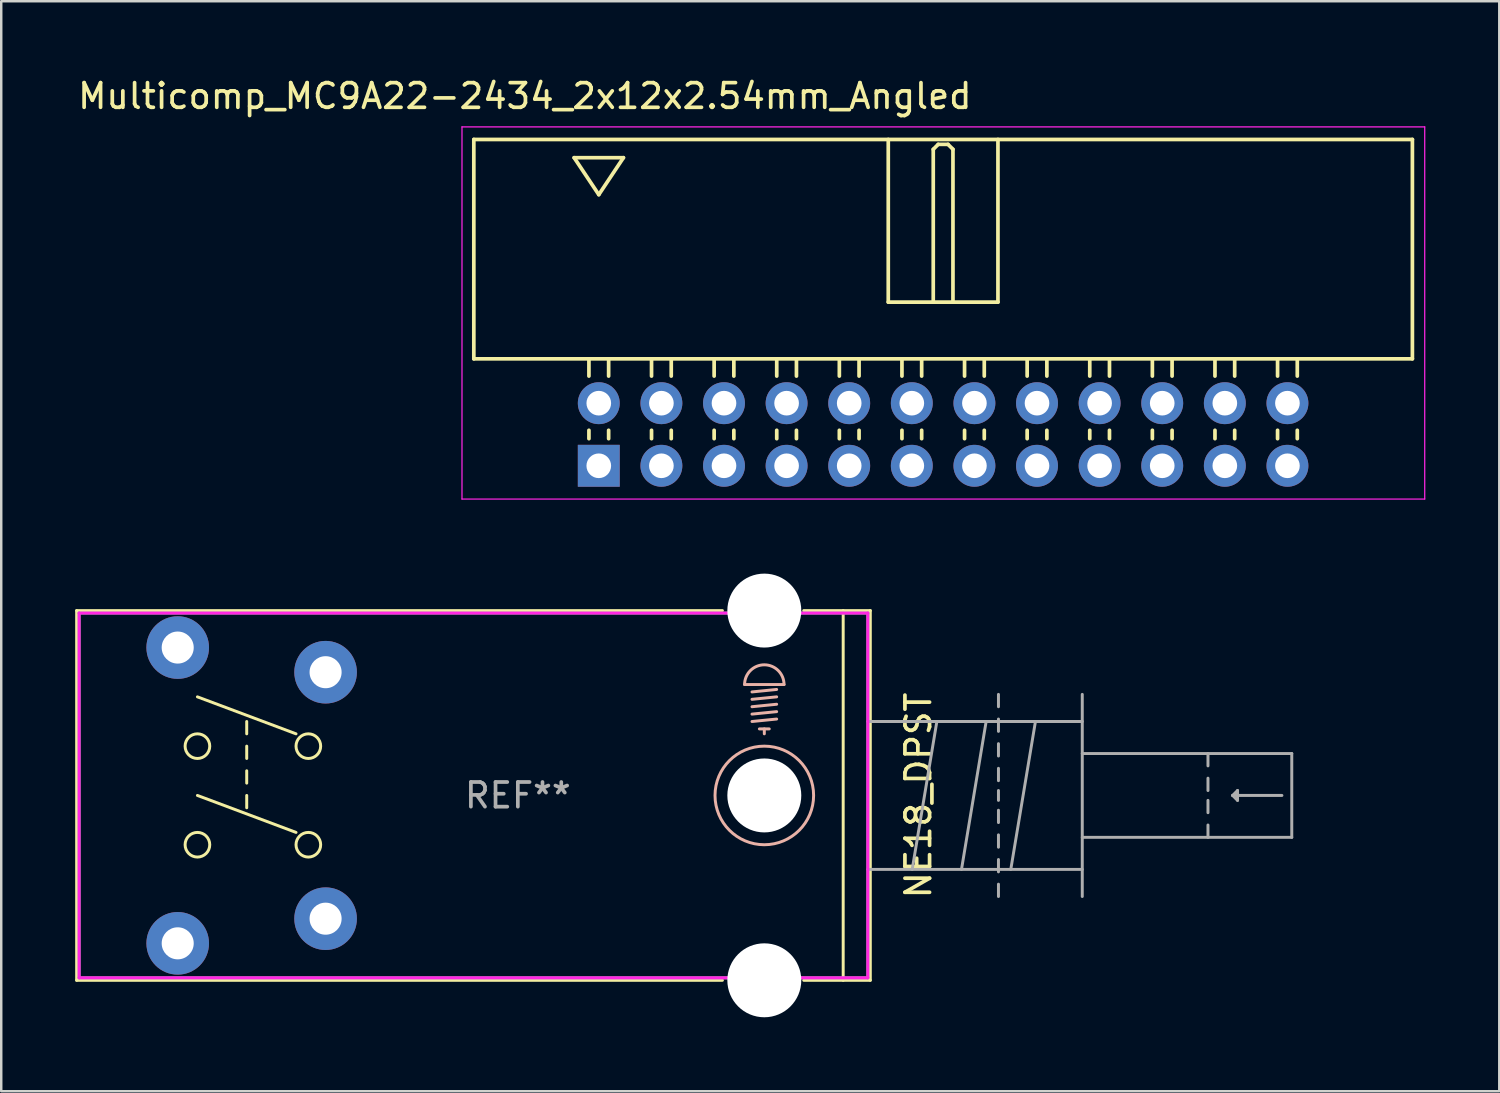
<source format=kicad_pcb>
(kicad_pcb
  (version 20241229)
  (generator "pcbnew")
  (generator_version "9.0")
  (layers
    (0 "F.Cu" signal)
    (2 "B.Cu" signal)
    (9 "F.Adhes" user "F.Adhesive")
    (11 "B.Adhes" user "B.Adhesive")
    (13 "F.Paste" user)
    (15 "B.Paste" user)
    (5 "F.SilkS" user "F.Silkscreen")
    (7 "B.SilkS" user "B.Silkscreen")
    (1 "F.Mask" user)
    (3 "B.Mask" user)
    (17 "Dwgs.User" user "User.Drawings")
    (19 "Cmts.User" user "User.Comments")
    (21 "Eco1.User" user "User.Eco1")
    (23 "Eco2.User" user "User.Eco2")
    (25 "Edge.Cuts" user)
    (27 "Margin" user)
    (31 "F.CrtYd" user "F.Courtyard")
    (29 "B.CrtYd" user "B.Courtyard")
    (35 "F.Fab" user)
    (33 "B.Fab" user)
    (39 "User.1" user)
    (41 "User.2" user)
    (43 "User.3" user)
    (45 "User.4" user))
  (footprint "NE18_DPST"
    (layer "F.Cu")
    (at 27.96 29.223)
    (property "Reference" "NE18_DPST" (at 6.25 0 90) (layer "F.SilkS") (effects (font (size 1 1) (thickness 0.15))))
    (attr through_hole)
    (fp_line (start -27.9 -7.5) (end -27.9 7.5) (stroke (width 0.12) (type solid)) (layer "F.SilkS"))
    (fp_line (start -27.9 7.5) (end -1.7 7.5) (stroke (width 0.12) (type solid)) (layer "F.SilkS"))
    (fp_line (start -21 -3) (end -21 -2.5) (stroke (width 0.12) (type solid)) (layer "F.SilkS"))
    (fp_line (start -21 -2) (end -21 -1.5) (stroke (width 0.12) (type solid)) (layer "F.SilkS"))
    (fp_line (start -21 -1) (end -21 -0.5) (stroke (width 0.12) (type solid)) (layer "F.SilkS"))
    (fp_line (start -21 0) (end -21 0.5) (stroke (width 0.12) (type solid)) (layer "F.SilkS"))
    (fp_line (start -19 -2.5) (end -23 -4) (stroke (width 0.12) (type solid)) (layer "F.SilkS"))
    (fp_line (start -19 1.5) (end -23 0) (stroke (width 0.12) (type solid)) (layer "F.SilkS"))
    (fp_line (start -1.7 -7.5) (end -27.9 -7.5) (stroke (width 0.12) (type solid)) (layer "F.SilkS"))
    (fp_line (start 1.6 -7.5) (end 4.3 -7.5) (stroke (width 0.12) (type solid)) (layer "F.SilkS"))
    (fp_line (start 3.2 -7.5) (end 3.2 7.5) (stroke (width 0.12) (type solid)) (layer "F.SilkS"))
    (fp_line (start 4.3 -7.5) (end 4.3 7.5) (stroke (width 0.12) (type solid)) (layer "F.SilkS"))
    (fp_line (start 4.3 7.5) (end 1.6 7.5) (stroke (width 0.12) (type solid)) (layer "F.SilkS"))
    (fp_circle (center -23 -2) (end -22.5 -2) (stroke (width 0.12) (type solid)) (fill no) (layer "F.SilkS"))
    (fp_circle (center -23 2) (end -22.5 2) (stroke (width 0.12) (type solid)) (fill no) (layer "F.SilkS"))
    (fp_circle (center -18.5 -2) (end -18 -2) (stroke (width 0.12) (type solid)) (fill no) (layer "F.SilkS"))
    (fp_circle (center -18.5 2) (end -18 2) (stroke (width 0.12) (type solid)) (fill no) (layer "F.SilkS"))
    (fp_line (start -0.8 -4.5) (end 0.8 -4.5) (stroke (width 0.12) (type solid)) (layer "B.SilkS"))
    (fp_line (start -0.5 -4.2) (end 0.5 -4.3) (stroke (width 0.12) (type solid)) (layer "B.SilkS"))
    (fp_line (start -0.5 -3.9) (end 0.5 -4) (stroke (width 0.12) (type solid)) (layer "B.SilkS"))
    (fp_line (start -0.5 -3.6) (end 0.5 -3.7) (stroke (width 0.12) (type solid)) (layer "B.SilkS"))
    (fp_line (start -0.5 -3.3) (end 0.5 -3.4) (stroke (width 0.12) (type solid)) (layer "B.SilkS"))
    (fp_line (start -0.5 -3) (end 0.5 -3.1) (stroke (width 0.12) (type solid)) (layer "B.SilkS"))
    (fp_line (start -0.2 -2.7) (end 0.2 -2.7) (stroke (width 0.12) (type solid)) (layer "B.SilkS"))
    (fp_line (start 0 -2.7) (end 0 -2.5) (stroke (width 0.12) (type solid)) (layer "B.SilkS"))
    (fp_arc (start -0.8 -4.5) (mid 0 -5.3) (end 0.8 -4.5) (stroke (width 0.12) (type solid)) (layer "B.SilkS"))
    (fp_circle (center 0 0) (end 2 0) (stroke (width 0.12) (type solid)) (fill no) (layer "B.SilkS"))
    (fp_line (start -27.8 7.4) (end -27.8 -7.4) (stroke (width 0.12) (type solid)) (layer "F.CrtYd"))
    (fp_line (start -27.8 7.4) (end 4.2 7.4) (stroke (width 0.12) (type solid)) (layer "F.CrtYd"))
    (fp_line (start 4.2 -7.4) (end -27.8 -7.4) (stroke (width 0.12) (type solid)) (layer "F.CrtYd"))
    (fp_line (start 4.2 7.4) (end 4.2 -7.4) (stroke (width 0.12) (type solid)) (layer "F.CrtYd"))
    (fp_line (start -27.8 -7.4) (end 4.2 -7.4) (stroke (width 0.12) (type solid)) (layer "F.Fab"))
    (fp_line (start -27.8 7.4) (end -27.8 -7.4) (stroke (width 0.12) (type solid)) (layer "F.Fab"))
    (fp_line (start 4.2 -7.4) (end 4.2 7.4) (stroke (width 0.12) (type solid)) (layer "F.Fab"))
    (fp_line (start 4.2 -3) (end 12.9 -3) (stroke (width 0.12) (type solid)) (layer "F.Fab"))
    (fp_line (start 4.2 3) (end 12.9 3) (stroke (width 0.12) (type solid)) (layer "F.Fab"))
    (fp_line (start 4.2 7.4) (end -27.8 7.4) (stroke (width 0.12) (type solid)) (layer "F.Fab"))
    (fp_line (start 7 -3) (end 6 3) (stroke (width 0.12) (type solid)) (layer "F.Fab"))
    (fp_line (start 9 -3) (end 8 3) (stroke (width 0.12) (type solid)) (layer "F.Fab"))
    (fp_line (start 9.5 -4.1) (end 9.5 -3.6) (stroke (width 0.12) (type solid)) (layer "F.Fab"))
    (fp_line (start 9.5 -3.1) (end 9.5 -2.6) (stroke (width 0.12) (type solid)) (layer "F.Fab"))
    (fp_line (start 9.5 -2.1) (end 9.5 -1.6) (stroke (width 0.12) (type solid)) (layer "F.Fab"))
    (fp_line (start 9.5 -1.1) (end 9.5 -0.6) (stroke (width 0.12) (type solid)) (layer "F.Fab"))
    (fp_line (start 9.5 -0.2) (end 9.5 0.2) (stroke (width 0.12) (type solid)) (layer "F.Fab"))
    (fp_line (start 9.5 1.1) (end 9.5 0.6) (stroke (width 0.12) (type solid)) (layer "F.Fab"))
    (fp_line (start 9.5 2.1) (end 9.5 1.6) (stroke (width 0.12) (type solid)) (layer "F.Fab"))
    (fp_line (start 9.5 3.1) (end 9.5 2.6) (stroke (width 0.12) (type solid)) (layer "F.Fab"))
    (fp_line (start 9.5 4.1) (end 9.5 3.6) (stroke (width 0.12) (type solid)) (layer "F.Fab"))
    (fp_line (start 11 -3) (end 10 3) (stroke (width 0.12) (type solid)) (layer "F.Fab"))
    (fp_line (start 12.9 -4.1) (end 12.9 4.1) (stroke (width 0.12) (type solid)) (layer "F.Fab"))
    (fp_line (start 18 -1.7) (end 18 -1.2) (stroke (width 0.12) (type solid)) (layer "F.Fab"))
    (fp_line (start 18 -0.7) (end 18 -0.2) (stroke (width 0.12) (type solid)) (layer "F.Fab"))
    (fp_line (start 18 0.7) (end 18 0.2) (stroke (width 0.12) (type solid)) (layer "F.Fab"))
    (fp_line (start 18 1.7) (end 18 1.2) (stroke (width 0.12) (type solid)) (layer "F.Fab"))
    (fp_line (start 19 0) (end 19.2 -0.2) (stroke (width 0.12) (type solid)) (layer "F.Fab"))
    (fp_line (start 19.2 -0.2) (end 19.2 0.2) (stroke (width 0.12) (type solid)) (layer "F.Fab"))
    (fp_line (start 19.2 0.2) (end 19 0) (stroke (width 0.12) (type solid)) (layer "F.Fab"))
    (fp_line (start 21 0) (end 19 0) (stroke (width 0.12) (type solid)) (layer "F.Fab"))
    (fp_line (start 21.4 -1.7) (end 12.9 -1.7) (stroke (width 0.12) (type solid)) (layer "F.Fab"))
    (fp_line (start 21.4 -1.7) (end 21.4 1.7) (stroke (width 0.12) (type solid)) (layer "F.Fab"))
    (fp_line (start 21.4 1.7) (end 12.9 1.7) (stroke (width 0.12) (type solid)) (layer "F.Fab"))
    (fp_text user "REF**" (at -10 0 180) (layer "F.Fab") (effects (font (size 1 1) (thickness 0.15))))
    (pad "" np_thru_hole circle (at 0 -7.5 90) (size 3 3) (drill 3) (layers "*.Cu" "*.Mask"))
    (pad "" np_thru_hole circle (at 0 0 90) (size 3 3) (drill 3) (layers "*.Cu" "*.Mask"))
    (pad "" np_thru_hole circle (at 0 7.5 90) (size 3 3) (drill 3) (layers "*.Cu" "*.Mask"))
    (pad "1" thru_hole circle (at -17.8 5 90) (size 2.54 2.54) (drill 1.3) (layers "*.Cu" "*.Mask"))
    (pad "2" thru_hole circle (at -23.8 6 90) (size 2.54 2.54) (drill 1.3) (layers "*.Cu" "*.Mask"))
    (pad "3" thru_hole circle (at -17.8 -5 90) (size 2.54 2.54) (drill 1.3) (layers "*.Cu" "*.Mask"))
    (pad "4" thru_hole circle (at -23.8 -6 90) (size 2.54 2.54) (drill 1.3) (layers "*.Cu" "*.Mask")))
  (footprint "Multicomp_MC9A22-2434_2x12x2.54mm_Angled"
    (layer "F.Cu")
    (at 21.244 15.848)
    (property "Reference" "Multicomp_MC9A22-2434_2x12x2.54mm_Angled" (at -3 -15 0) (layer "F.SilkS") (effects (font (size 1 1) (thickness 0.15))))
    (attr through_hole)
    (fp_line (start -5.07 -13.24) (end 33.01 -13.24) (stroke (width 0.15) (type solid)) (layer "F.SilkS"))
    (fp_line (start -5.07 -4.34) (end -5.07 -13.24) (stroke (width 0.15) (type solid)) (layer "F.SilkS"))
    (fp_line (start -1 -12.5) (end 1 -12.5) (stroke (width 0.15) (type solid)) (layer "F.SilkS"))
    (fp_line (start -0.4 -3.64) (end -0.4 -4.34) (stroke (width 0.15) (type solid)) (layer "F.SilkS"))
    (fp_line (start -0.4 -1.1) (end -0.4 -1.44) (stroke (width 0.15) (type solid)) (layer "F.SilkS"))
    (fp_line (start 0 -11) (end -1 -12.5) (stroke (width 0.15) (type solid)) (layer "F.SilkS"))
    (fp_line (start 0.4 -3.64) (end 0.4 -4.34) (stroke (width 0.15) (type solid)) (layer "F.SilkS"))
    (fp_line (start 0.4 -1.1) (end 0.4 -1.44) (stroke (width 0.15) (type solid)) (layer "F.SilkS"))
    (fp_line (start 1 -12.5) (end 0 -11) (stroke (width 0.15) (type solid)) (layer "F.SilkS"))
    (fp_line (start 2.14 -3.64) (end 2.14 -4.34) (stroke (width 0.15) (type solid)) (layer "F.SilkS"))
    (fp_line (start 2.14 -1.1) (end 2.14 -1.44) (stroke (width 0.15) (type solid)) (layer "F.SilkS"))
    (fp_line (start 2.94 -3.64) (end 2.94 -4.34) (stroke (width 0.15) (type solid)) (layer "F.SilkS"))
    (fp_line (start 2.94 -1.1) (end 2.94 -1.44) (stroke (width 0.15) (type solid)) (layer "F.SilkS"))
    (fp_line (start 4.68 -3.64) (end 4.68 -4.34) (stroke (width 0.15) (type solid)) (layer "F.SilkS"))
    (fp_line (start 4.68 -1.1) (end 4.68 -1.44) (stroke (width 0.15) (type solid)) (layer "F.SilkS"))
    (fp_line (start 5.48 -3.64) (end 5.48 -4.34) (stroke (width 0.15) (type solid)) (layer "F.SilkS"))
    (fp_line (start 5.48 -1.1) (end 5.48 -1.44) (stroke (width 0.15) (type solid)) (layer "F.SilkS"))
    (fp_line (start 7.22 -3.64) (end 7.22 -4.34) (stroke (width 0.15) (type solid)) (layer "F.SilkS"))
    (fp_line (start 7.22 -1.1) (end 7.22 -1.44) (stroke (width 0.15) (type solid)) (layer "F.SilkS"))
    (fp_line (start 8.02 -3.64) (end 8.02 -4.34) (stroke (width 0.15) (type solid)) (layer "F.SilkS"))
    (fp_line (start 8.02 -1.1) (end 8.02 -1.44) (stroke (width 0.15) (type solid)) (layer "F.SilkS"))
    (fp_line (start 9.76 -3.64) (end 9.76 -4.34) (stroke (width 0.15) (type solid)) (layer "F.SilkS"))
    (fp_line (start 9.76 -1.1) (end 9.76 -1.44) (stroke (width 0.15) (type solid)) (layer "F.SilkS"))
    (fp_line (start 10.56 -3.64) (end 10.56 -4.34) (stroke (width 0.15) (type solid)) (layer "F.SilkS"))
    (fp_line (start 10.56 -1.1) (end 10.56 -1.44) (stroke (width 0.15) (type solid)) (layer "F.SilkS"))
    (fp_line (start 11.745 -13.24) (end 11.745 -6.64) (stroke (width 0.15) (type solid)) (layer "F.SilkS"))
    (fp_line (start 11.745 -6.64) (end 16.195 -6.64) (stroke (width 0.15) (type solid)) (layer "F.SilkS"))
    (fp_line (start 12.3 -3.64) (end 12.3 -4.34) (stroke (width 0.15) (type solid)) (layer "F.SilkS"))
    (fp_line (start 12.3 -1.1) (end 12.3 -1.44) (stroke (width 0.15) (type solid)) (layer "F.SilkS"))
    (fp_line (start 13.1 -3.64) (end 13.1 -4.34) (stroke (width 0.15) (type solid)) (layer "F.SilkS"))
    (fp_line (start 13.1 -1.1) (end 13.1 -1.44) (stroke (width 0.15) (type solid)) (layer "F.SilkS"))
    (fp_line (start 13.57 -12.84) (end 13.77 -13.04) (stroke (width 0.15) (type solid)) (layer "F.SilkS"))
    (fp_line (start 13.57 -6.64) (end 13.57 -12.84) (stroke (width 0.15) (type solid)) (layer "F.SilkS"))
    (fp_line (start 13.77 -13.04) (end 14.17 -13.04) (stroke (width 0.15) (type solid)) (layer "F.SilkS"))
    (fp_line (start 14.17 -13.04) (end 14.37 -12.84) (stroke (width 0.15) (type solid)) (layer "F.SilkS"))
    (fp_line (start 14.37 -12.84) (end 14.37 -6.64) (stroke (width 0.15) (type solid)) (layer "F.SilkS"))
    (fp_line (start 14.84 -3.64) (end 14.84 -4.34) (stroke (width 0.15) (type solid)) (layer "F.SilkS"))
    (fp_line (start 14.84 -1.1) (end 14.84 -1.44) (stroke (width 0.15) (type solid)) (layer "F.SilkS"))
    (fp_line (start 15.64 -3.64) (end 15.64 -4.34) (stroke (width 0.15) (type solid)) (layer "F.SilkS"))
    (fp_line (start 15.64 -1.1) (end 15.64 -1.44) (stroke (width 0.15) (type solid)) (layer "F.SilkS"))
    (fp_line (start 16.195 -6.64) (end 16.195 -13.24) (stroke (width 0.15) (type solid)) (layer "F.SilkS"))
    (fp_line (start 17.38 -3.64) (end 17.38 -4.34) (stroke (width 0.15) (type solid)) (layer "F.SilkS"))
    (fp_line (start 17.38 -1.1) (end 17.38 -1.44) (stroke (width 0.15) (type solid)) (layer "F.SilkS"))
    (fp_line (start 18.18 -3.64) (end 18.18 -4.34) (stroke (width 0.15) (type solid)) (layer "F.SilkS"))
    (fp_line (start 18.18 -1.1) (end 18.18 -1.44) (stroke (width 0.15) (type solid)) (layer "F.SilkS"))
    (fp_line (start 19.92 -3.64) (end 19.92 -4.34) (stroke (width 0.15) (type solid)) (layer "F.SilkS"))
    (fp_line (start 19.92 -1.1) (end 19.92 -1.44) (stroke (width 0.15) (type solid)) (layer "F.SilkS"))
    (fp_line (start 20.72 -3.64) (end 20.72 -4.34) (stroke (width 0.15) (type solid)) (layer "F.SilkS"))
    (fp_line (start 20.72 -1.1) (end 20.72 -1.44) (stroke (width 0.15) (type solid)) (layer "F.SilkS"))
    (fp_line (start 22.46 -3.64) (end 22.46 -4.34) (stroke (width 0.15) (type solid)) (layer "F.SilkS"))
    (fp_line (start 22.46 -1.1) (end 22.46 -1.44) (stroke (width 0.15) (type solid)) (layer "F.SilkS"))
    (fp_line (start 23.26 -3.64) (end 23.26 -4.34) (stroke (width 0.15) (type solid)) (layer "F.SilkS"))
    (fp_line (start 23.26 -1.1) (end 23.26 -1.44) (stroke (width 0.15) (type solid)) (layer "F.SilkS"))
    (fp_line (start 25 -3.64) (end 25 -4.34) (stroke (width 0.15) (type solid)) (layer "F.SilkS"))
    (fp_line (start 25 -1.1) (end 25 -1.44) (stroke (width 0.15) (type solid)) (layer "F.SilkS"))
    (fp_line (start 25.8 -3.64) (end 25.8 -4.34) (stroke (width 0.15) (type solid)) (layer "F.SilkS"))
    (fp_line (start 25.8 -1.1) (end 25.8 -1.44) (stroke (width 0.15) (type solid)) (layer "F.SilkS"))
    (fp_line (start 27.54 -3.64) (end 27.54 -4.34) (stroke (width 0.15) (type solid)) (layer "F.SilkS"))
    (fp_line (start 27.54 -1.1) (end 27.54 -1.44) (stroke (width 0.15) (type solid)) (layer "F.SilkS"))
    (fp_line (start 28.34 -3.64) (end 28.34 -4.34) (stroke (width 0.15) (type solid)) (layer "F.SilkS"))
    (fp_line (start 28.34 -1.1) (end 28.34 -1.44) (stroke (width 0.15) (type solid)) (layer "F.SilkS"))
    (fp_line (start 33.01 -13.24) (end 33.01 -4.34) (stroke (width 0.15) (type solid)) (layer "F.SilkS"))
    (fp_line (start 33.01 -4.34) (end -5.07 -4.34) (stroke (width 0.15) (type solid)) (layer "F.SilkS"))
    (fp_line (start -5.55 -13.75) (end 33.51 -13.75) (stroke (width 0.05) (type solid)) (layer "F.CrtYd"))
    (fp_line (start -5.55 1.35) (end -5.55 -13.75) (stroke (width 0.05) (type solid)) (layer "F.CrtYd"))
    (fp_line (start 33.51 -13.75) (end 33.51 1.35) (stroke (width 0.05) (type solid)) (layer "F.CrtYd"))
    (fp_line (start 33.51 1.35) (end -5.55 1.35) (stroke (width 0.05) (type solid)) (layer "F.CrtYd"))
    (pad "1" thru_hole rect (at 0 0) (size 1.7 1.7) (drill 1) (layers "*.Cu" "*.Mask"))
    (pad "2" thru_hole circle (at 0 -2.54) (size 1.7 1.7) (drill 1) (layers "*.Cu" "*.Mask"))
    (pad "3" thru_hole circle (at 2.54 0) (size 1.7 1.7) (drill 1) (layers "*.Cu" "*.Mask"))
    (pad "4" thru_hole circle (at 2.54 -2.54) (size 1.7 1.7) (drill 1) (layers "*.Cu" "*.Mask"))
    (pad "5" thru_hole circle (at 5.08 0) (size 1.7 1.7) (drill 1) (layers "*.Cu" "*.Mask"))
    (pad "6" thru_hole circle (at 5.08 -2.54) (size 1.7 1.7) (drill 1) (layers "*.Cu" "*.Mask"))
    (pad "7" thru_hole circle (at 7.62 0) (size 1.7 1.7) (drill 1) (layers "*.Cu" "*.Mask"))
    (pad "8" thru_hole circle (at 7.62 -2.54) (size 1.7 1.7) (drill 1) (layers "*.Cu" "*.Mask"))
    (pad "9" thru_hole circle (at 10.16 0) (size 1.7 1.7) (drill 1) (layers "*.Cu" "*.Mask"))
    (pad "10" thru_hole circle (at 10.16 -2.54) (size 1.7 1.7) (drill 1) (layers "*.Cu" "*.Mask"))
    (pad "11" thru_hole circle (at 12.7 0) (size 1.7 1.7) (drill 1) (layers "*.Cu" "*.Mask"))
    (pad "12" thru_hole circle (at 12.7 -2.54) (size 1.7 1.7) (drill 1) (layers "*.Cu" "*.Mask"))
    (pad "13" thru_hole circle (at 15.24 0) (size 1.7 1.7) (drill 1) (layers "*.Cu" "*.Mask"))
    (pad "14" thru_hole circle (at 15.24 -2.54) (size 1.7 1.7) (drill 1) (layers "*.Cu" "*.Mask"))
    (pad "15" thru_hole circle (at 17.78 0) (size 1.7 1.7) (drill 1) (layers "*.Cu" "*.Mask"))
    (pad "16" thru_hole circle (at 17.78 -2.54) (size 1.7 1.7) (drill 1) (layers "*.Cu" "*.Mask"))
    (pad "17" thru_hole circle (at 20.32 0) (size 1.7 1.7) (drill 1) (layers "*.Cu" "*.Mask"))
    (pad "18" thru_hole circle (at 20.32 -2.54) (size 1.7 1.7) (drill 1) (layers "*.Cu" "*.Mask"))
    (pad "19" thru_hole circle (at 22.86 0) (size 1.7 1.7) (drill 1) (layers "*.Cu" "*.Mask"))
    (pad "20" thru_hole circle (at 22.86 -2.54) (size 1.7 1.7) (drill 1) (layers "*.Cu" "*.Mask"))
    (pad "21" thru_hole circle (at 25.4 0) (size 1.7 1.7) (drill 1) (layers "*.Cu" "*.Mask"))
    (pad "22" thru_hole circle (at 25.4 -2.54) (size 1.7 1.7) (drill 1) (layers "*.Cu" "*.Mask"))
    (pad "23" thru_hole circle (at 27.94 0) (size 1.7 1.7) (drill 1) (layers "*.Cu" "*.Mask"))
    (pad "24" thru_hole circle (at 27.94 -2.54) (size 1.7 1.7) (drill 1) (layers "*.Cu" "*.Mask")))
  (gr_rect
    (start -3 -3)
    (end 57.779 41.223)
    (stroke (width 0.1) (type default))
    (fill no)
    (layer "Edge.Cuts")))
</source>
